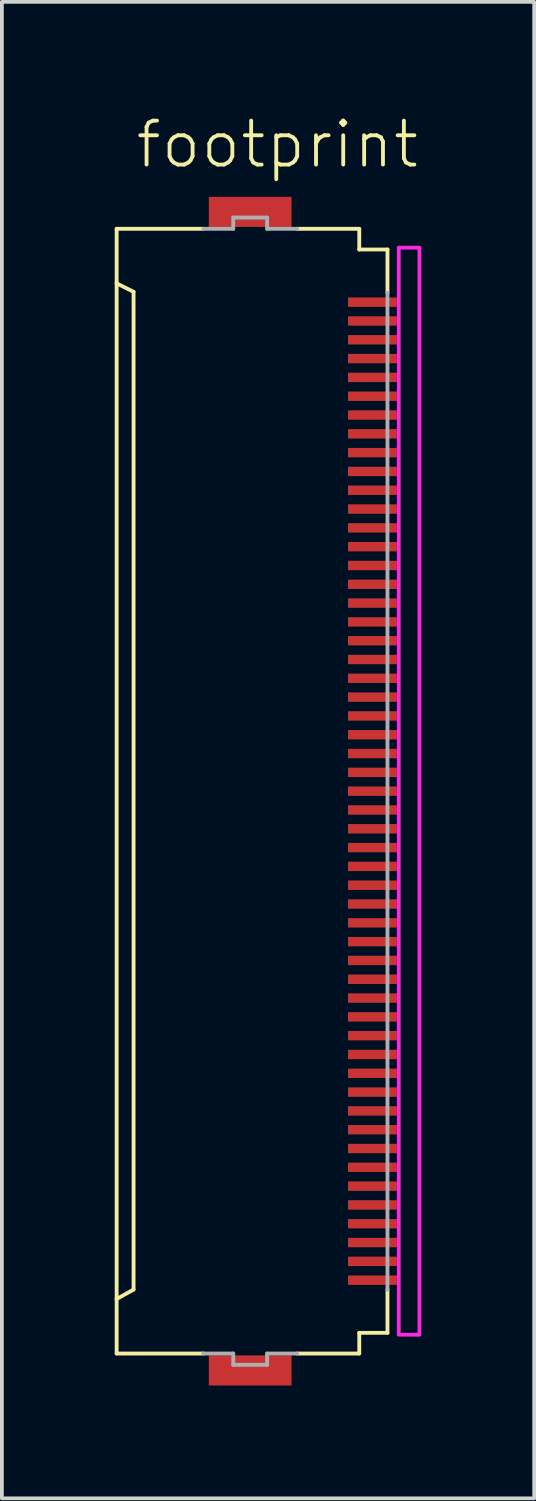
<source format=kicad_pcb>
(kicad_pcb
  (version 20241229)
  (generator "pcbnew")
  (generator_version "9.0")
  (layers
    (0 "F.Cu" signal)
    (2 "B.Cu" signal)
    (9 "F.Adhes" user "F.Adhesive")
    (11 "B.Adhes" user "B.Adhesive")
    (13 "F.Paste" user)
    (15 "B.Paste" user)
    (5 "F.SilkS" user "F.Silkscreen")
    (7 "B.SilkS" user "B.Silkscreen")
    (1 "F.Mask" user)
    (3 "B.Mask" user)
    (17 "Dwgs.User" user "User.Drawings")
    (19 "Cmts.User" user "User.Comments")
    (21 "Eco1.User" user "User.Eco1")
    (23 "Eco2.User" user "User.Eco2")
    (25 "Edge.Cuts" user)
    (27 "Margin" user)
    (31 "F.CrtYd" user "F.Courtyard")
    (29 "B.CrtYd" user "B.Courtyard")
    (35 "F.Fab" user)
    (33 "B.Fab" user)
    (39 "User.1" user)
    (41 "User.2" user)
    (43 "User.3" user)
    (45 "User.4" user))
  (footprint "footprint"
    (layer "F.Cu")
    (at 3.676 17.983)
    (property "Reference" "footprint" (at -3.175 -16.51 0) (layer "F.SilkS") (effects (font (size 1.168 1.168) (thickness 0.102)) (justify left bottom)))
    (fp_poly (pts (xy 2.475 -12.825) (xy 3.875 -12.825) (xy 3.875 -13.175) (xy 2.475 -13.175)) (stroke (width 0) (type solid)) (fill yes) (layer "F.Mask"))
    (fp_poly (pts (xy 2.475 -12.325) (xy 3.875 -12.325) (xy 3.875 -12.675) (xy 2.475 -12.675)) (stroke (width 0) (type solid)) (fill yes) (layer "F.Mask"))
    (fp_poly (pts (xy 2.475 -11.825) (xy 3.875 -11.825) (xy 3.875 -12.175) (xy 2.475 -12.175)) (stroke (width 0) (type solid)) (fill yes) (layer "F.Mask"))
    (fp_poly (pts (xy 2.475 -11.325) (xy 3.875 -11.325) (xy 3.875 -11.675) (xy 2.475 -11.675)) (stroke (width 0) (type solid)) (fill yes) (layer "F.Mask"))
    (fp_poly (pts (xy 2.475 -10.825) (xy 3.875 -10.825) (xy 3.875 -11.175) (xy 2.475 -11.175)) (stroke (width 0) (type solid)) (fill yes) (layer "F.Mask"))
    (fp_poly (pts (xy 2.475 -10.325) (xy 3.875 -10.325) (xy 3.875 -10.675) (xy 2.475 -10.675)) (stroke (width 0) (type solid)) (fill yes) (layer "F.Mask"))
    (fp_poly (pts (xy 2.475 -9.825) (xy 3.875 -9.825) (xy 3.875 -10.175) (xy 2.475 -10.175)) (stroke (width 0) (type solid)) (fill yes) (layer "F.Mask"))
    (fp_poly (pts (xy 2.475 -9.325) (xy 3.875 -9.325) (xy 3.875 -9.675) (xy 2.475 -9.675)) (stroke (width 0) (type solid)) (fill yes) (layer "F.Mask"))
    (fp_poly (pts (xy 2.475 -8.825) (xy 3.875 -8.825) (xy 3.875 -9.175) (xy 2.475 -9.175)) (stroke (width 0) (type solid)) (fill yes) (layer "F.Mask"))
    (fp_poly (pts (xy 2.475 -8.325) (xy 3.875 -8.325) (xy 3.875 -8.675) (xy 2.475 -8.675)) (stroke (width 0) (type solid)) (fill yes) (layer "F.Mask"))
    (fp_poly (pts (xy 2.475 -7.825) (xy 3.875 -7.825) (xy 3.875 -8.175) (xy 2.475 -8.175)) (stroke (width 0) (type solid)) (fill yes) (layer "F.Mask"))
    (fp_poly (pts (xy 2.475 -7.325) (xy 3.875 -7.325) (xy 3.875 -7.675) (xy 2.475 -7.675)) (stroke (width 0) (type solid)) (fill yes) (layer "F.Mask"))
    (fp_poly (pts (xy 2.475 -6.825) (xy 3.875 -6.825) (xy 3.875 -7.175) (xy 2.475 -7.175)) (stroke (width 0) (type solid)) (fill yes) (layer "F.Mask"))
    (fp_poly (pts (xy 2.475 -6.325) (xy 3.875 -6.325) (xy 3.875 -6.675) (xy 2.475 -6.675)) (stroke (width 0) (type solid)) (fill yes) (layer "F.Mask"))
    (fp_poly (pts (xy 2.475 -5.825) (xy 3.875 -5.825) (xy 3.875 -6.175) (xy 2.475 -6.175)) (stroke (width 0) (type solid)) (fill yes) (layer "F.Mask"))
    (fp_poly (pts (xy 2.475 -5.325) (xy 3.875 -5.325) (xy 3.875 -5.675) (xy 2.475 -5.675)) (stroke (width 0) (type solid)) (fill yes) (layer "F.Mask"))
    (fp_poly (pts (xy 2.475 -4.825) (xy 3.875 -4.825) (xy 3.875 -5.175) (xy 2.475 -5.175)) (stroke (width 0) (type solid)) (fill yes) (layer "F.Mask"))
    (fp_poly (pts (xy 2.475 -4.325) (xy 3.875 -4.325) (xy 3.875 -4.675) (xy 2.475 -4.675)) (stroke (width 0) (type solid)) (fill yes) (layer "F.Mask"))
    (fp_poly (pts (xy 2.475 -3.825) (xy 3.875 -3.825) (xy 3.875 -4.175) (xy 2.475 -4.175)) (stroke (width 0) (type solid)) (fill yes) (layer "F.Mask"))
    (fp_poly (pts (xy 2.475 -3.325) (xy 3.875 -3.325) (xy 3.875 -3.675) (xy 2.475 -3.675)) (stroke (width 0) (type solid)) (fill yes) (layer "F.Mask"))
    (fp_poly (pts (xy 2.475 -2.825) (xy 3.875 -2.825) (xy 3.875 -3.175) (xy 2.475 -3.175)) (stroke (width 0) (type solid)) (fill yes) (layer "F.Mask"))
    (fp_poly (pts (xy 2.475 -2.325) (xy 3.875 -2.325) (xy 3.875 -2.675) (xy 2.475 -2.675)) (stroke (width 0) (type solid)) (fill yes) (layer "F.Mask"))
    (fp_poly (pts (xy 2.475 -1.825) (xy 3.875 -1.825) (xy 3.875 -2.175) (xy 2.475 -2.175)) (stroke (width 0) (type solid)) (fill yes) (layer "F.Mask"))
    (fp_poly (pts (xy 2.475 -1.325) (xy 3.875 -1.325) (xy 3.875 -1.675) (xy 2.475 -1.675)) (stroke (width 0) (type solid)) (fill yes) (layer "F.Mask"))
    (fp_poly (pts (xy 2.475 -0.825) (xy 3.875 -0.825) (xy 3.875 -1.175) (xy 2.475 -1.175)) (stroke (width 0) (type solid)) (fill yes) (layer "F.Mask"))
    (fp_poly (pts (xy 2.475 -0.325) (xy 3.875 -0.325) (xy 3.875 -0.675) (xy 2.475 -0.675)) (stroke (width 0) (type solid)) (fill yes) (layer "F.Mask"))
    (fp_poly (pts (xy 2.475 0.175) (xy 3.875 0.175) (xy 3.875 -0.175) (xy 2.475 -0.175)) (stroke (width 0) (type solid)) (fill yes) (layer "F.Mask"))
    (fp_poly (pts (xy 2.475 0.675) (xy 3.875 0.675) (xy 3.875 0.325) (xy 2.475 0.325)) (stroke (width 0) (type solid)) (fill yes) (layer "F.Mask"))
    (fp_poly (pts (xy 2.475 1.175) (xy 3.875 1.175) (xy 3.875 0.825) (xy 2.475 0.825)) (stroke (width 0) (type solid)) (fill yes) (layer "F.Mask"))
    (fp_poly (pts (xy 2.475 1.675) (xy 3.875 1.675) (xy 3.875 1.325) (xy 2.475 1.325)) (stroke (width 0) (type solid)) (fill yes) (layer "F.Mask"))
    (fp_poly (pts (xy 2.475 2.175) (xy 3.875 2.175) (xy 3.875 1.825) (xy 2.475 1.825)) (stroke (width 0) (type solid)) (fill yes) (layer "F.Mask"))
    (fp_poly (pts (xy 2.475 2.675) (xy 3.875 2.675) (xy 3.875 2.325) (xy 2.475 2.325)) (stroke (width 0) (type solid)) (fill yes) (layer "F.Mask"))
    (fp_poly (pts (xy 2.475 3.175) (xy 3.875 3.175) (xy 3.875 2.825) (xy 2.475 2.825)) (stroke (width 0) (type solid)) (fill yes) (layer "F.Mask"))
    (fp_poly (pts (xy 2.475 3.675) (xy 3.875 3.675) (xy 3.875 3.325) (xy 2.475 3.325)) (stroke (width 0) (type solid)) (fill yes) (layer "F.Mask"))
    (fp_poly (pts (xy 2.475 4.175) (xy 3.875 4.175) (xy 3.875 3.825) (xy 2.475 3.825)) (stroke (width 0) (type solid)) (fill yes) (layer "F.Mask"))
    (fp_poly (pts (xy 2.475 4.675) (xy 3.875 4.675) (xy 3.875 4.325) (xy 2.475 4.325)) (stroke (width 0) (type solid)) (fill yes) (layer "F.Mask"))
    (fp_poly (pts (xy 2.475 5.175) (xy 3.875 5.175) (xy 3.875 4.825) (xy 2.475 4.825)) (stroke (width 0) (type solid)) (fill yes) (layer "F.Mask"))
    (fp_poly (pts (xy 2.475 5.675) (xy 3.875 5.675) (xy 3.875 5.325) (xy 2.475 5.325)) (stroke (width 0) (type solid)) (fill yes) (layer "F.Mask"))
    (fp_poly (pts (xy 2.475 6.175) (xy 3.875 6.175) (xy 3.875 5.825) (xy 2.475 5.825)) (stroke (width 0) (type solid)) (fill yes) (layer "F.Mask"))
    (fp_poly (pts (xy 2.475 6.675) (xy 3.875 6.675) (xy 3.875 6.325) (xy 2.475 6.325)) (stroke (width 0) (type solid)) (fill yes) (layer "F.Mask"))
    (fp_poly (pts (xy 2.475 7.175) (xy 3.875 7.175) (xy 3.875 6.825) (xy 2.475 6.825)) (stroke (width 0) (type solid)) (fill yes) (layer "F.Mask"))
    (fp_poly (pts (xy 2.475 7.675) (xy 3.875 7.675) (xy 3.875 7.325) (xy 2.475 7.325)) (stroke (width 0) (type solid)) (fill yes) (layer "F.Mask"))
    (fp_poly (pts (xy 2.475 8.175) (xy 3.875 8.175) (xy 3.875 7.825) (xy 2.475 7.825)) (stroke (width 0) (type solid)) (fill yes) (layer "F.Mask"))
    (fp_poly (pts (xy 2.475 8.675) (xy 3.875 8.675) (xy 3.875 8.325) (xy 2.475 8.325)) (stroke (width 0) (type solid)) (fill yes) (layer "F.Mask"))
    (fp_poly (pts (xy 2.475 9.175) (xy 3.875 9.175) (xy 3.875 8.825) (xy 2.475 8.825)) (stroke (width 0) (type solid)) (fill yes) (layer "F.Mask"))
    (fp_poly (pts (xy 2.475 9.675) (xy 3.875 9.675) (xy 3.875 9.325) (xy 2.475 9.325)) (stroke (width 0) (type solid)) (fill yes) (layer "F.Mask"))
    (fp_poly (pts (xy 2.475 10.175) (xy 3.875 10.175) (xy 3.875 9.825) (xy 2.475 9.825)) (stroke (width 0) (type solid)) (fill yes) (layer "F.Mask"))
    (fp_poly (pts (xy 2.475 10.675) (xy 3.875 10.675) (xy 3.875 10.325) (xy 2.475 10.325)) (stroke (width 0) (type solid)) (fill yes) (layer "F.Mask"))
    (fp_poly (pts (xy 2.475 11.175) (xy 3.875 11.175) (xy 3.875 10.825) (xy 2.475 10.825)) (stroke (width 0) (type solid)) (fill yes) (layer "F.Mask"))
    (fp_poly (pts (xy 2.475 11.675) (xy 3.875 11.675) (xy 3.875 11.325) (xy 2.475 11.325)) (stroke (width 0) (type solid)) (fill yes) (layer "F.Mask"))
    (fp_poly (pts (xy 2.475 12.175) (xy 3.875 12.175) (xy 3.875 11.825) (xy 2.475 11.825)) (stroke (width 0) (type solid)) (fill yes) (layer "F.Mask"))
    (fp_poly (pts (xy 2.475 12.675) (xy 3.875 12.675) (xy 3.875 12.325) (xy 2.475 12.325)) (stroke (width 0) (type solid)) (fill yes) (layer "F.Mask"))
    (fp_poly (pts (xy 2.475 13.175) (xy 3.875 13.175) (xy 3.875 12.825) (xy 2.475 12.825)) (stroke (width 0) (type solid)) (fill yes) (layer "F.Mask"))
    (fp_line (start -3.625 -14.95) (end -1.325 -14.95) (stroke (width 0.102) (type solid)) (layer "F.SilkS"))
    (fp_line (start -3.625 -13.5) (end -3.625 -14.95) (stroke (width 0.102) (type solid)) (layer "F.SilkS"))
    (fp_line (start -3.625 -13.5) (end -3.625 13.5) (stroke (width 0.102) (type solid)) (layer "F.SilkS"))
    (fp_line (start -3.625 13.5) (end -3.175 13.25) (stroke (width 0.102) (type solid)) (layer "F.SilkS"))
    (fp_line (start -3.625 14.95) (end -3.625 13.5) (stroke (width 0.102) (type solid)) (layer "F.SilkS"))
    (fp_line (start -3.175 -13.275) (end -3.625 -13.5) (stroke (width 0.102) (type solid)) (layer "F.SilkS"))
    (fp_line (start -3.175 13.25) (end -3.175 -13.275) (stroke (width 0.102) (type solid)) (layer "F.SilkS"))
    (fp_line (start -1.325 14.95) (end -3.625 14.95) (stroke (width 0.102) (type solid)) (layer "F.SilkS"))
    (fp_line (start 1.175 -14.95) (end 2.825 -14.95) (stroke (width 0.102) (type solid)) (layer "F.SilkS"))
    (fp_line (start 1.175 14.95) (end 2.825 14.95) (stroke (width 0.102) (type solid)) (layer "F.SilkS"))
    (fp_line (start 2.825 -14.95) (end 2.825 -14.4) (stroke (width 0.102) (type solid)) (layer "F.SilkS"))
    (fp_line (start 2.825 -14.4) (end 3.575 -14.4) (stroke (width 0.102) (type solid)) (layer "F.SilkS"))
    (fp_line (start 2.825 14.4) (end 2.825 14.95) (stroke (width 0.102) (type solid)) (layer "F.SilkS"))
    (fp_line (start 2.825 14.4) (end 3.575 14.4) (stroke (width 0.102) (type solid)) (layer "F.SilkS"))
    (fp_line (start 3.575 -14.4) (end 3.575 -13.25) (stroke (width 0.102) (type solid)) (layer "F.SilkS"))
    (fp_line (start 3.575 13.25) (end 3.575 14.4) (stroke (width 0.102) (type solid)) (layer "F.SilkS"))
    (fp_poly (pts (xy 3.875 14.45) (xy 4.425 14.45) (xy 4.425 -14.45) (xy 3.875 -14.45)) (stroke (width 0.1) (type solid)) (fill no) (layer "F.CrtYd"))
    (fp_line (start -1.325 -14.95) (end -0.525 -14.95) (stroke (width 0.102) (type solid)) (layer "F.Fab"))
    (fp_line (start -0.525 -15.25) (end 0.375 -15.25) (stroke (width 0.102) (type solid)) (layer "F.Fab"))
    (fp_line (start -0.525 -14.95) (end -0.525 -15.25) (stroke (width 0.102) (type solid)) (layer "F.Fab"))
    (fp_line (start -0.525 14.95) (end -1.325 14.95) (stroke (width 0.102) (type solid)) (layer "F.Fab"))
    (fp_line (start -0.525 15.25) (end -0.525 14.95) (stroke (width 0.102) (type solid)) (layer "F.Fab"))
    (fp_line (start 0.375 -15.25) (end 0.375 -14.95) (stroke (width 0.102) (type solid)) (layer "F.Fab"))
    (fp_line (start 0.375 -14.95) (end 1.175 -14.95) (stroke (width 0.102) (type solid)) (layer "F.Fab"))
    (fp_line (start 0.375 14.95) (end 0.375 15.25) (stroke (width 0.102) (type solid)) (layer "F.Fab"))
    (fp_line (start 0.375 15.25) (end -0.525 15.25) (stroke (width 0.102) (type solid)) (layer "F.Fab"))
    (fp_line (start 1.175 14.95) (end 0.375 14.95) (stroke (width 0.102) (type solid)) (layer "F.Fab"))
    (fp_line (start 3.575 -13.25) (end 3.575 13.25) (stroke (width 0.102) (type solid)) (layer "F.Fab"))
    (pad "1" smd rect (at 3.175 -13) (size 1.3 0.25) (layers "F.Cu" "F.Paste"))
    (pad "2" smd rect (at 3.175 -12.5) (size 1.3 0.25) (layers "F.Cu" "F.Paste"))
    (pad "3" smd rect (at 3.175 -12) (size 1.3 0.25) (layers "F.Cu" "F.Paste"))
    (pad "4" smd rect (at 3.175 -11.5) (size 1.3 0.25) (layers "F.Cu" "F.Paste"))
    (pad "5" smd rect (at 3.175 -11) (size 1.3 0.25) (layers "F.Cu" "F.Paste"))
    (pad "6" smd rect (at 3.175 -10.5) (size 1.3 0.25) (layers "F.Cu" "F.Paste"))
    (pad "7" smd rect (at 3.175 -10) (size 1.3 0.25) (layers "F.Cu" "F.Paste"))
    (pad "8" smd rect (at 3.175 -9.5) (size 1.3 0.25) (layers "F.Cu" "F.Paste"))
    (pad "9" smd rect (at 3.175 -9) (size 1.3 0.25) (layers "F.Cu" "F.Paste"))
    (pad "10" smd rect (at 3.175 -8.5) (size 1.3 0.25) (layers "F.Cu" "F.Paste"))
    (pad "11" smd rect (at 3.175 -8) (size 1.3 0.25) (layers "F.Cu" "F.Paste"))
    (pad "12" smd rect (at 3.175 -7.5) (size 1.3 0.25) (layers "F.Cu" "F.Paste"))
    (pad "13" smd rect (at 3.175 -7) (size 1.3 0.25) (layers "F.Cu" "F.Paste"))
    (pad "14" smd rect (at 3.175 -6.5) (size 1.3 0.25) (layers "F.Cu" "F.Paste"))
    (pad "15" smd rect (at 3.175 -6) (size 1.3 0.25) (layers "F.Cu" "F.Paste"))
    (pad "16" smd rect (at 3.175 -5.5) (size 1.3 0.25) (layers "F.Cu" "F.Paste"))
    (pad "17" smd rect (at 3.175 -5) (size 1.3 0.25) (layers "F.Cu" "F.Paste"))
    (pad "18" smd rect (at 3.175 -4.5) (size 1.3 0.25) (layers "F.Cu" "F.Paste"))
    (pad "19" smd rect (at 3.175 -4) (size 1.3 0.25) (layers "F.Cu" "F.Paste"))
    (pad "20" smd rect (at 3.175 -3.5) (size 1.3 0.25) (layers "F.Cu" "F.Paste"))
    (pad "21" smd rect (at 3.175 -3) (size 1.3 0.25) (layers "F.Cu" "F.Paste"))
    (pad "22" smd rect (at 3.175 -2.5) (size 1.3 0.25) (layers "F.Cu" "F.Paste"))
    (pad "23" smd rect (at 3.175 -2) (size 1.3 0.25) (layers "F.Cu" "F.Paste"))
    (pad "24" smd rect (at 3.175 -1.5) (size 1.3 0.25) (layers "F.Cu" "F.Paste"))
    (pad "25" smd rect (at 3.175 -1) (size 1.3 0.25) (layers "F.Cu" "F.Paste"))
    (pad "26" smd rect (at 3.175 -0.5) (size 1.3 0.25) (layers "F.Cu" "F.Paste"))
    (pad "27" smd rect (at 3.175 0) (size 1.3 0.25) (layers "F.Cu" "F.Paste"))
    (pad "28" smd rect (at 3.175 0.5) (size 1.3 0.25) (layers "F.Cu" "F.Paste"))
    (pad "29" smd rect (at 3.175 1) (size 1.3 0.25) (layers "F.Cu" "F.Paste"))
    (pad "30" smd rect (at 3.175 1.5) (size 1.3 0.25) (layers "F.Cu" "F.Paste"))
    (pad "31" smd rect (at 3.175 2) (size 1.3 0.25) (layers "F.Cu" "F.Paste"))
    (pad "32" smd rect (at 3.175 2.5) (size 1.3 0.25) (layers "F.Cu" "F.Paste"))
    (pad "33" smd rect (at 3.175 3) (size 1.3 0.25) (layers "F.Cu" "F.Paste"))
    (pad "34" smd rect (at 3.175 3.5) (size 1.3 0.25) (layers "F.Cu" "F.Paste"))
    (pad "35" smd rect (at 3.175 4) (size 1.3 0.25) (layers "F.Cu" "F.Paste"))
    (pad "36" smd rect (at 3.175 4.5) (size 1.3 0.25) (layers "F.Cu" "F.Paste"))
    (pad "37" smd rect (at 3.175 5) (size 1.3 0.25) (layers "F.Cu" "F.Paste"))
    (pad "38" smd rect (at 3.175 5.5) (size 1.3 0.25) (layers "F.Cu" "F.Paste"))
    (pad "39" smd rect (at 3.175 6) (size 1.3 0.25) (layers "F.Cu" "F.Paste"))
    (pad "40" smd rect (at 3.175 6.5) (size 1.3 0.25) (layers "F.Cu" "F.Paste"))
    (pad "41" smd rect (at 3.175 7) (size 1.3 0.25) (layers "F.Cu" "F.Paste"))
    (pad "42" smd rect (at 3.175 7.5) (size 1.3 0.25) (layers "F.Cu" "F.Paste"))
    (pad "43" smd rect (at 3.175 8) (size 1.3 0.25) (layers "F.Cu" "F.Paste"))
    (pad "44" smd rect (at 3.175 8.5) (size 1.3 0.25) (layers "F.Cu" "F.Paste"))
    (pad "45" smd rect (at 3.175 9) (size 1.3 0.25) (layers "F.Cu" "F.Paste"))
    (pad "46" smd rect (at 3.175 9.5) (size 1.3 0.25) (layers "F.Cu" "F.Paste"))
    (pad "47" smd rect (at 3.175 10) (size 1.3 0.25) (layers "F.Cu" "F.Paste"))
    (pad "48" smd rect (at 3.175 10.5) (size 1.3 0.25) (layers "F.Cu" "F.Paste"))
    (pad "49" smd rect (at 3.175 11) (size 1.3 0.25) (layers "F.Cu" "F.Paste"))
    (pad "50" smd rect (at 3.175 11.5) (size 1.3 0.25) (layers "F.Cu" "F.Paste"))
    (pad "51" smd rect (at 3.175 12) (size 1.3 0.25) (layers "F.Cu" "F.Paste"))
    (pad "52" smd rect (at 3.175 12.5) (size 1.3 0.25) (layers "F.Cu" "F.Paste"))
    (pad "53" smd rect (at 3.175 13) (size 1.3 0.25) (layers "F.Cu" "F.Paste"))
    (pad "M1" smd rect (at -0.075 -15.4) (size 2.2 0.8) (layers "F.Cu" "F.Mask" "F.Paste"))
    (pad "M2" smd rect (at -0.075 15.4) (size 2.2 0.8) (layers "F.Cu" "F.Mask" "F.Paste"))
    (zone (net_name "") (layers "F.Cu" "B.Cu") (hatch edge 0.508) (connect_pads) (min_thickness 0.254) (filled_areas_thickness no) (keepout (tracks allowed) (vias not_allowed) (pads allowed) (copperpour allowed) (footprints allowed)) (placement (enabled no)) (fill) (polygon (pts (xy 3.901 31.233) (xy 6.151 31.233) (xy 6.151 4.733) (xy 3.901 4.733)))))
  (gr_rect
    (start -3 -3)
    (end 11.151 36.783)
    (stroke (width 0.1) (type default))
    (fill no)
    (layer "Edge.Cuts")))
</source>
